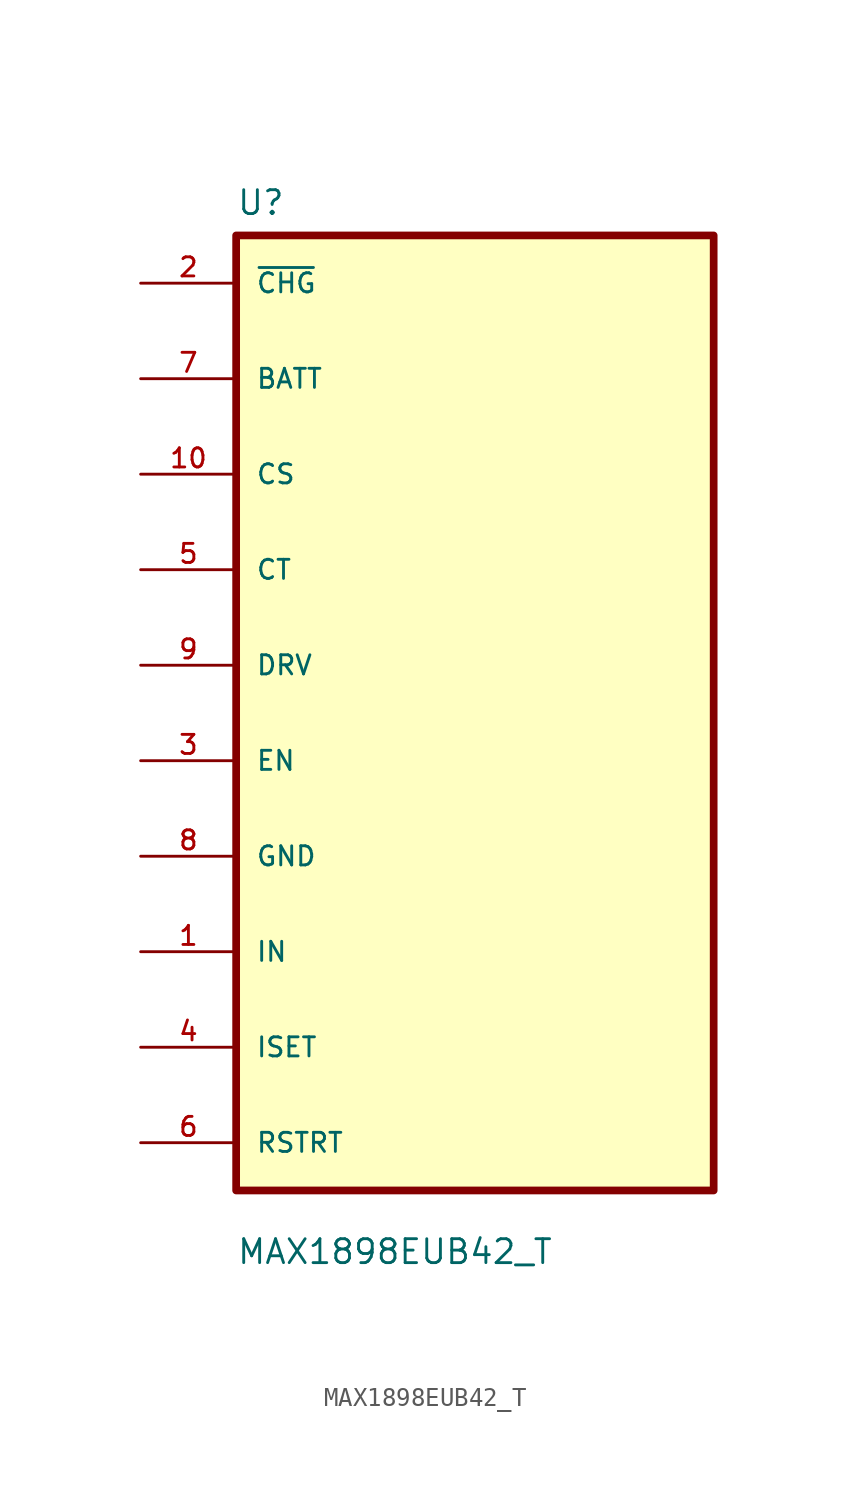
<source format=kicad_sym>
(kicad_symbol_lib
  (version 20211014)
  (generator kicad_symbol_editor)
  (symbol "MAX1898EUB42_T"
    (pin_names
      (offset 1.016))
    (property "Reference" "U"
      (at -12.7 26.4 0.0)
      (effects (font (size 1.27 1.27)) (justify bottom left)))
    (property "Value" "MAX1898EUB42_T"
      (at -12.7 -29.4 0.0)
      (effects (font (size 1.27 1.27)) (justify bottom left)))
    (symbol "MAX1898EUB42_T_0_0"
      (rectangle (start -12.7 -25.4) (end 12.7 25.4) (stroke (width 0.41)) (fill (type background)))
      (pin bidirectional line (at -17.78 22.86 0) (length 5.08) (name "~{CHG}" (effects (font (size 1.016 1.016)))) (number "2" (effects (font (size 1.016 1.016)))))
      (pin bidirectional line (at -17.78 17.78 0) (length 5.08) (name "BATT" (effects (font (size 1.016 1.016)))) (number "7" (effects (font (size 1.016 1.016)))))
      (pin bidirectional line (at -17.78 12.7 0) (length 5.08) (name "CS" (effects (font (size 1.016 1.016)))) (number "10" (effects (font (size 1.016 1.016)))))
      (pin bidirectional line (at -17.78 7.62 0) (length 5.08) (name "CT" (effects (font (size 1.016 1.016)))) (number "5" (effects (font (size 1.016 1.016)))))
      (pin bidirectional line (at -17.78 2.54 0) (length 5.08) (name "DRV" (effects (font (size 1.016 1.016)))) (number "9" (effects (font (size 1.016 1.016)))))
      (pin bidirectional line (at -17.78 -2.54 0) (length 5.08) (name "EN" (effects (font (size 1.016 1.016)))) (number "3" (effects (font (size 1.016 1.016)))))
      (pin bidirectional line (at -17.78 -7.62 0) (length 5.08) (name "GND" (effects (font (size 1.016 1.016)))) (number "8" (effects (font (size 1.016 1.016)))))
      (pin bidirectional line (at -17.78 -12.7 0) (length 5.08) (name "IN" (effects (font (size 1.016 1.016)))) (number "1" (effects (font (size 1.016 1.016)))))
      (pin bidirectional line (at -17.78 -17.78 0) (length 5.08) (name "ISET" (effects (font (size 1.016 1.016)))) (number "4" (effects (font (size 1.016 1.016)))))
      (pin bidirectional line (at -17.78 -22.86 0) (length 5.08) (name "RSTRT" (effects (font (size 1.016 1.016)))) (number "6" (effects (font (size 1.016 1.016))))))))
</source>
